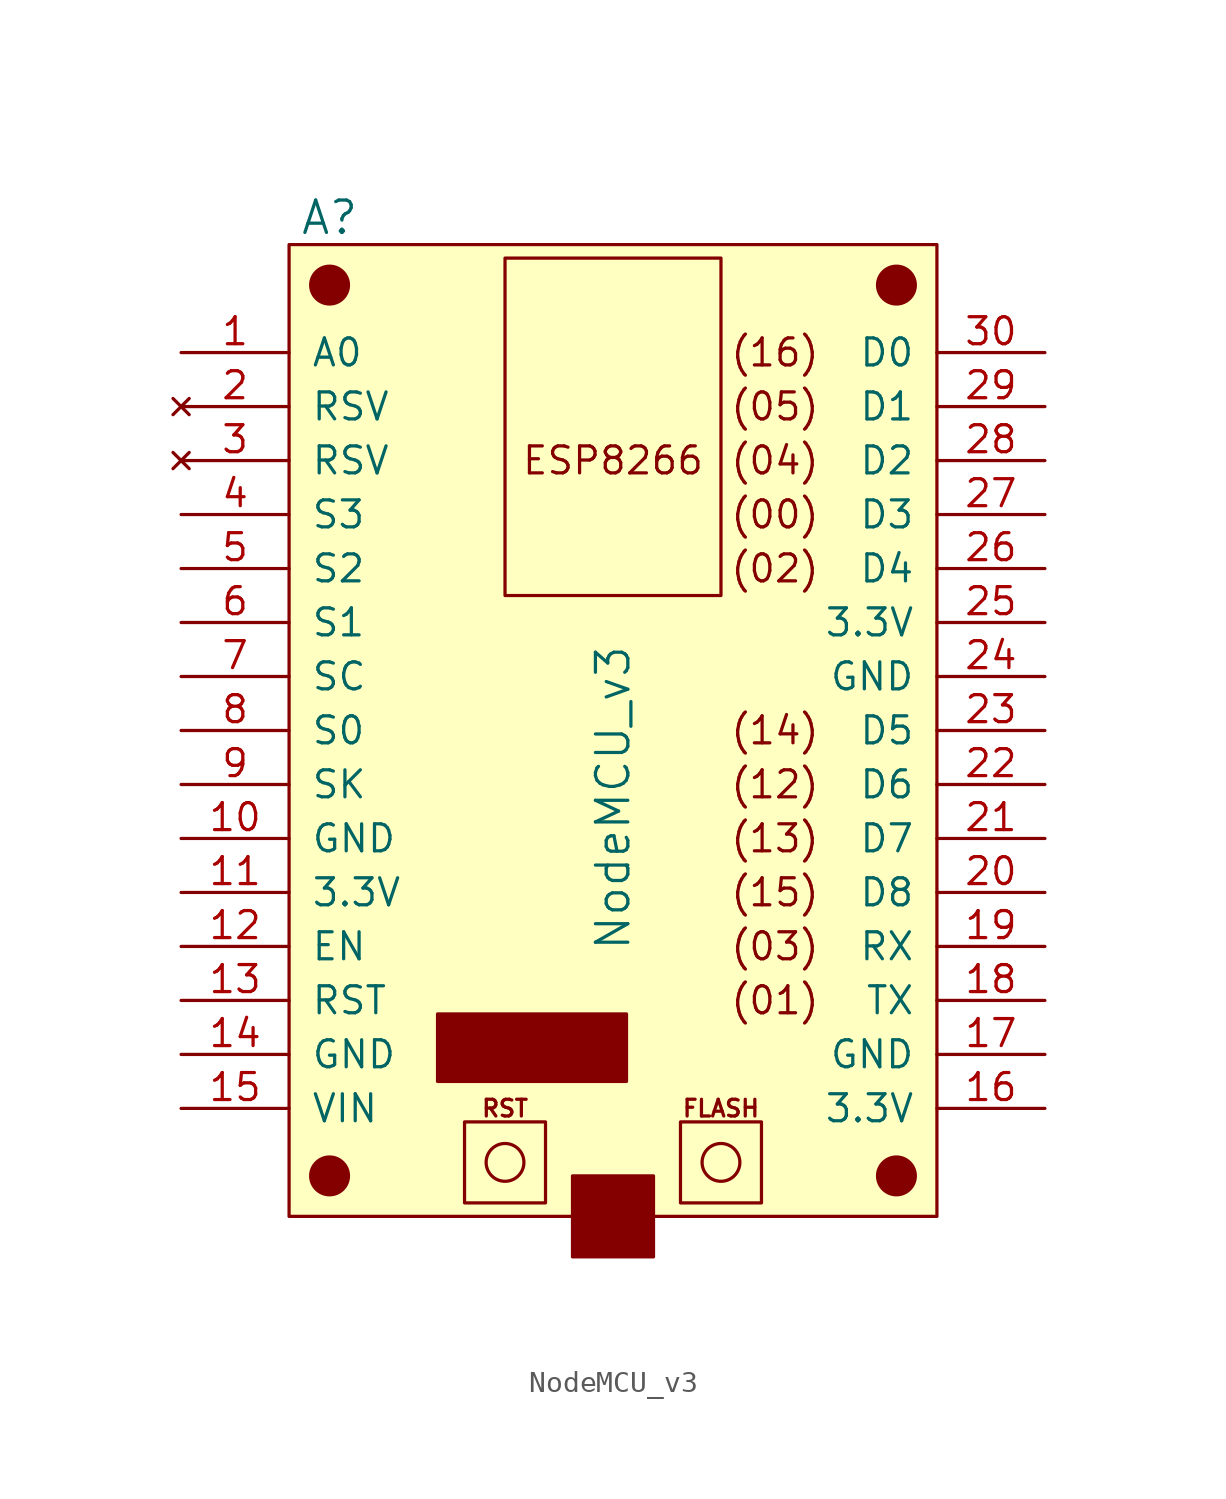
<source format=kicad_sym>
(kicad_symbol_lib
  (version 20231120)
  (generator "kicad_symbol_editor")
  (generator_version "8.0")
  (symbol "NodeMCU_v3"
    (pin_names
      (offset 1.016))
    (property "Reference" "A"
      (at -13.335 24.13 0)
      (effects (font (size 1.524 1.524))))
    (property "Value" "NodeMCU_v3"
      (at 0 -3.175 90)
      (effects (font (size 1.524 1.524))))
    (property "Footprint" ""
      (at -15.24 -21.59 0)
      (effects (font (size 1.524 1.524))))
    (property "Datasheet" ""
      (at -15.24 -21.59 0)
      (effects (font (size 1.524 1.524))))
    (symbol "NodeMCU_v3_0_0"
      (circle (center -13.335 20.955) (radius 0.889) (stroke (width 0) (type solid)) (fill (type outline)))
      (rectangle (start 3.175 -18.415) (end 6.985 -22.225) (stroke (width 0) (type solid)) (fill (type none)))
      (circle (center 5.08 -20.32) (radius 0.889) (stroke (width 0) (type solid)) (fill (type none)))
      (text "(16)" (at 7.62 17.78 0) (effects (font (size 1.27 1.27))))
      (text "ESP8266" (at 0 12.7 0) (effects (font (size 1.27 1.27))))
      (text "FLASH" (at 5.08 -17.78 0) (effects (font (size 0.787 0.787))))
      (text "RST" (at -5.08 -17.78 0) (effects (font (size 0.787 0.787)))))
    (symbol "NodeMCU_v3_0_1"
      (rectangle (start -15.24 -22.86) (end 15.24 22.86) (stroke (width 0) (type solid)) (fill (type background)))
      (rectangle (start -8.255 -13.335) (end 0.635 -16.51) (stroke (width 0) (type solid)) (fill (type outline)))
      (rectangle (start -5.08 22.225) (end 5.08 6.35) (stroke (width 0) (type solid)) (fill (type none)))
      (rectangle (start -1.905 -20.955) (end 1.905 -24.765) (stroke (width 0) (type solid)) (fill (type outline))))
    (symbol "NodeMCU_v3_1_1"
      (circle (center -13.335 -20.955) (radius 0.889) (stroke (width 0) (type solid)) (fill (type outline)))
      (rectangle (start -6.985 -18.415) (end -3.175 -22.225) (stroke (width 0) (type solid)) (fill (type none)))
      (circle (center -5.08 -20.32) (radius 0.889) (stroke (width 0) (type solid)) (fill (type none)))
      (circle (center 13.335 -20.955) (radius 0.889) (stroke (width 0) (type solid)) (fill (type outline)))
      (circle (center 13.335 20.955) (radius 0.889) (stroke (width 0) (type solid)) (fill (type outline)))
      (text "(00)" (at 7.62 10.16 0) (effects (font (size 1.27 1.27))))
      (text "(01)" (at 7.62 -12.7 0) (effects (font (size 1.27 1.27))))
      (text "(02)" (at 7.62 7.62 0) (effects (font (size 1.27 1.27))))
      (text "(03)" (at 7.62 -10.16 0) (effects (font (size 1.27 1.27))))
      (text "(04)" (at 7.62 12.7 0) (effects (font (size 1.27 1.27))))
      (text "(05)" (at 7.62 15.24 0) (effects (font (size 1.27 1.27))))
      (text "(12)" (at 7.62 -2.54 0) (effects (font (size 1.27 1.27))))
      (text "(13)" (at 7.62 -5.08 0) (effects (font (size 1.27 1.27))))
      (text "(14)" (at 7.62 0 0) (effects (font (size 1.27 1.27))))
      (text "(15)" (at 7.62 -7.62 0) (effects (font (size 1.27 1.27))))
      (pin input line (at -20.32 17.78 0) (length 5.08) (name "A0" (effects (font (size 1.27 1.27)))) (number "1" (effects (font (size 1.27 1.27)))))
      (pin passive line (at -20.32 -5.08 0) (length 5.08) (name "GND" (effects (font (size 1.27 1.27)))) (number "10" (effects (font (size 1.27 1.27)))))
      (pin power_out line (at -20.32 -7.62 0) (length 5.08) (name "3.3V" (effects (font (size 1.27 1.27)))) (number "11" (effects (font (size 1.27 1.27)))))
      (pin input line (at -20.32 -10.16 0) (length 5.08) (name "EN" (effects (font (size 1.27 1.27)))) (number "12" (effects (font (size 1.27 1.27)))))
      (pin input line (at -20.32 -12.7 0) (length 5.08) (name "RST" (effects (font (size 1.27 1.27)))) (number "13" (effects (font (size 1.27 1.27)))))
      (pin power_in line (at -20.32 -15.24 0) (length 5.08) (name "GND" (effects (font (size 1.27 1.27)))) (number "14" (effects (font (size 1.27 1.27)))))
      (pin power_in line (at -20.32 -17.78 0) (length 5.08) (name "VIN" (effects (font (size 1.27 1.27)))) (number "15" (effects (font (size 1.27 1.27)))))
      (pin passive line (at 20.32 -17.78 180) (length 5.08) (name "3.3V" (effects (font (size 1.27 1.27)))) (number "16" (effects (font (size 1.27 1.27)))))
      (pin passive line (at 20.32 -15.24 180) (length 5.08) (name "GND" (effects (font (size 1.27 1.27)))) (number "17" (effects (font (size 1.27 1.27)))))
      (pin output line (at 20.32 -12.7 180) (length 5.08) (name "TX" (effects (font (size 1.27 1.27)))) (number "18" (effects (font (size 1.27 1.27)))))
      (pin input line (at 20.32 -10.16 180) (length 5.08) (name "RX" (effects (font (size 1.27 1.27)))) (number "19" (effects (font (size 1.27 1.27)))))
      (pin no_connect line (at -20.32 15.24 0) (length 5.08) (name "RSV" (effects (font (size 1.27 1.27)))) (number "2" (effects (font (size 1.27 1.27)))))
      (pin bidirectional line (at 20.32 -7.62 180) (length 5.08) (name "D8" (effects (font (size 1.27 1.27)))) (number "20" (effects (font (size 1.27 1.27)))))
      (pin bidirectional line (at 20.32 -5.08 180) (length 5.08) (name "D7" (effects (font (size 1.27 1.27)))) (number "21" (effects (font (size 1.27 1.27)))))
      (pin bidirectional line (at 20.32 -2.54 180) (length 5.08) (name "D6" (effects (font (size 1.27 1.27)))) (number "22" (effects (font (size 1.27 1.27)))))
      (pin bidirectional line (at 20.32 0 180) (length 5.08) (name "D5" (effects (font (size 1.27 1.27)))) (number "23" (effects (font (size 1.27 1.27)))))
      (pin passive line (at 20.32 2.54 180) (length 5.08) (name "GND" (effects (font (size 1.27 1.27)))) (number "24" (effects (font (size 1.27 1.27)))))
      (pin passive line (at 20.32 5.08 180) (length 5.08) (name "3.3V" (effects (font (size 1.27 1.27)))) (number "25" (effects (font (size 1.27 1.27)))))
      (pin bidirectional line (at 20.32 7.62 180) (length 5.08) (name "D4" (effects (font (size 1.27 1.27)))) (number "26" (effects (font (size 1.27 1.27)))))
      (pin bidirectional line (at 20.32 10.16 180) (length 5.08) (name "D3" (effects (font (size 1.27 1.27)))) (number "27" (effects (font (size 1.27 1.27)))))
      (pin bidirectional line (at 20.32 12.7 180) (length 5.08) (name "D2" (effects (font (size 1.27 1.27)))) (number "28" (effects (font (size 1.27 1.27)))))
      (pin bidirectional line (at 20.32 15.24 180) (length 5.08) (name "D1" (effects (font (size 1.27 1.27)))) (number "29" (effects (font (size 1.27 1.27)))))
      (pin no_connect line (at -20.32 12.7 0) (length 5.08) (name "RSV" (effects (font (size 1.27 1.27)))) (number "3" (effects (font (size 1.27 1.27)))))
      (pin bidirectional line (at 20.32 17.78 180) (length 5.08) (name "D0" (effects (font (size 1.27 1.27)))) (number "30" (effects (font (size 1.27 1.27)))))
      (pin bidirectional line (at -20.32 10.16 0) (length 5.08) (name "S3" (effects (font (size 1.27 1.27)))) (number "4" (effects (font (size 1.27 1.27)))))
      (pin bidirectional line (at -20.32 7.62 0) (length 5.08) (name "S2" (effects (font (size 1.27 1.27)))) (number "5" (effects (font (size 1.27 1.27)))))
      (pin bidirectional line (at -20.32 5.08 0) (length 5.08) (name "S1" (effects (font (size 1.27 1.27)))) (number "6" (effects (font (size 1.27 1.27)))))
      (pin bidirectional line (at -20.32 2.54 0) (length 5.08) (name "SC" (effects (font (size 1.27 1.27)))) (number "7" (effects (font (size 1.27 1.27)))))
      (pin bidirectional line (at -20.32 0 0) (length 5.08) (name "S0" (effects (font (size 1.27 1.27)))) (number "8" (effects (font (size 1.27 1.27)))))
      (pin bidirectional line (at -20.32 -2.54 0) (length 5.08) (name "SK" (effects (font (size 1.27 1.27)))) (number "9" (effects (font (size 1.27 1.27))))))))
</source>
